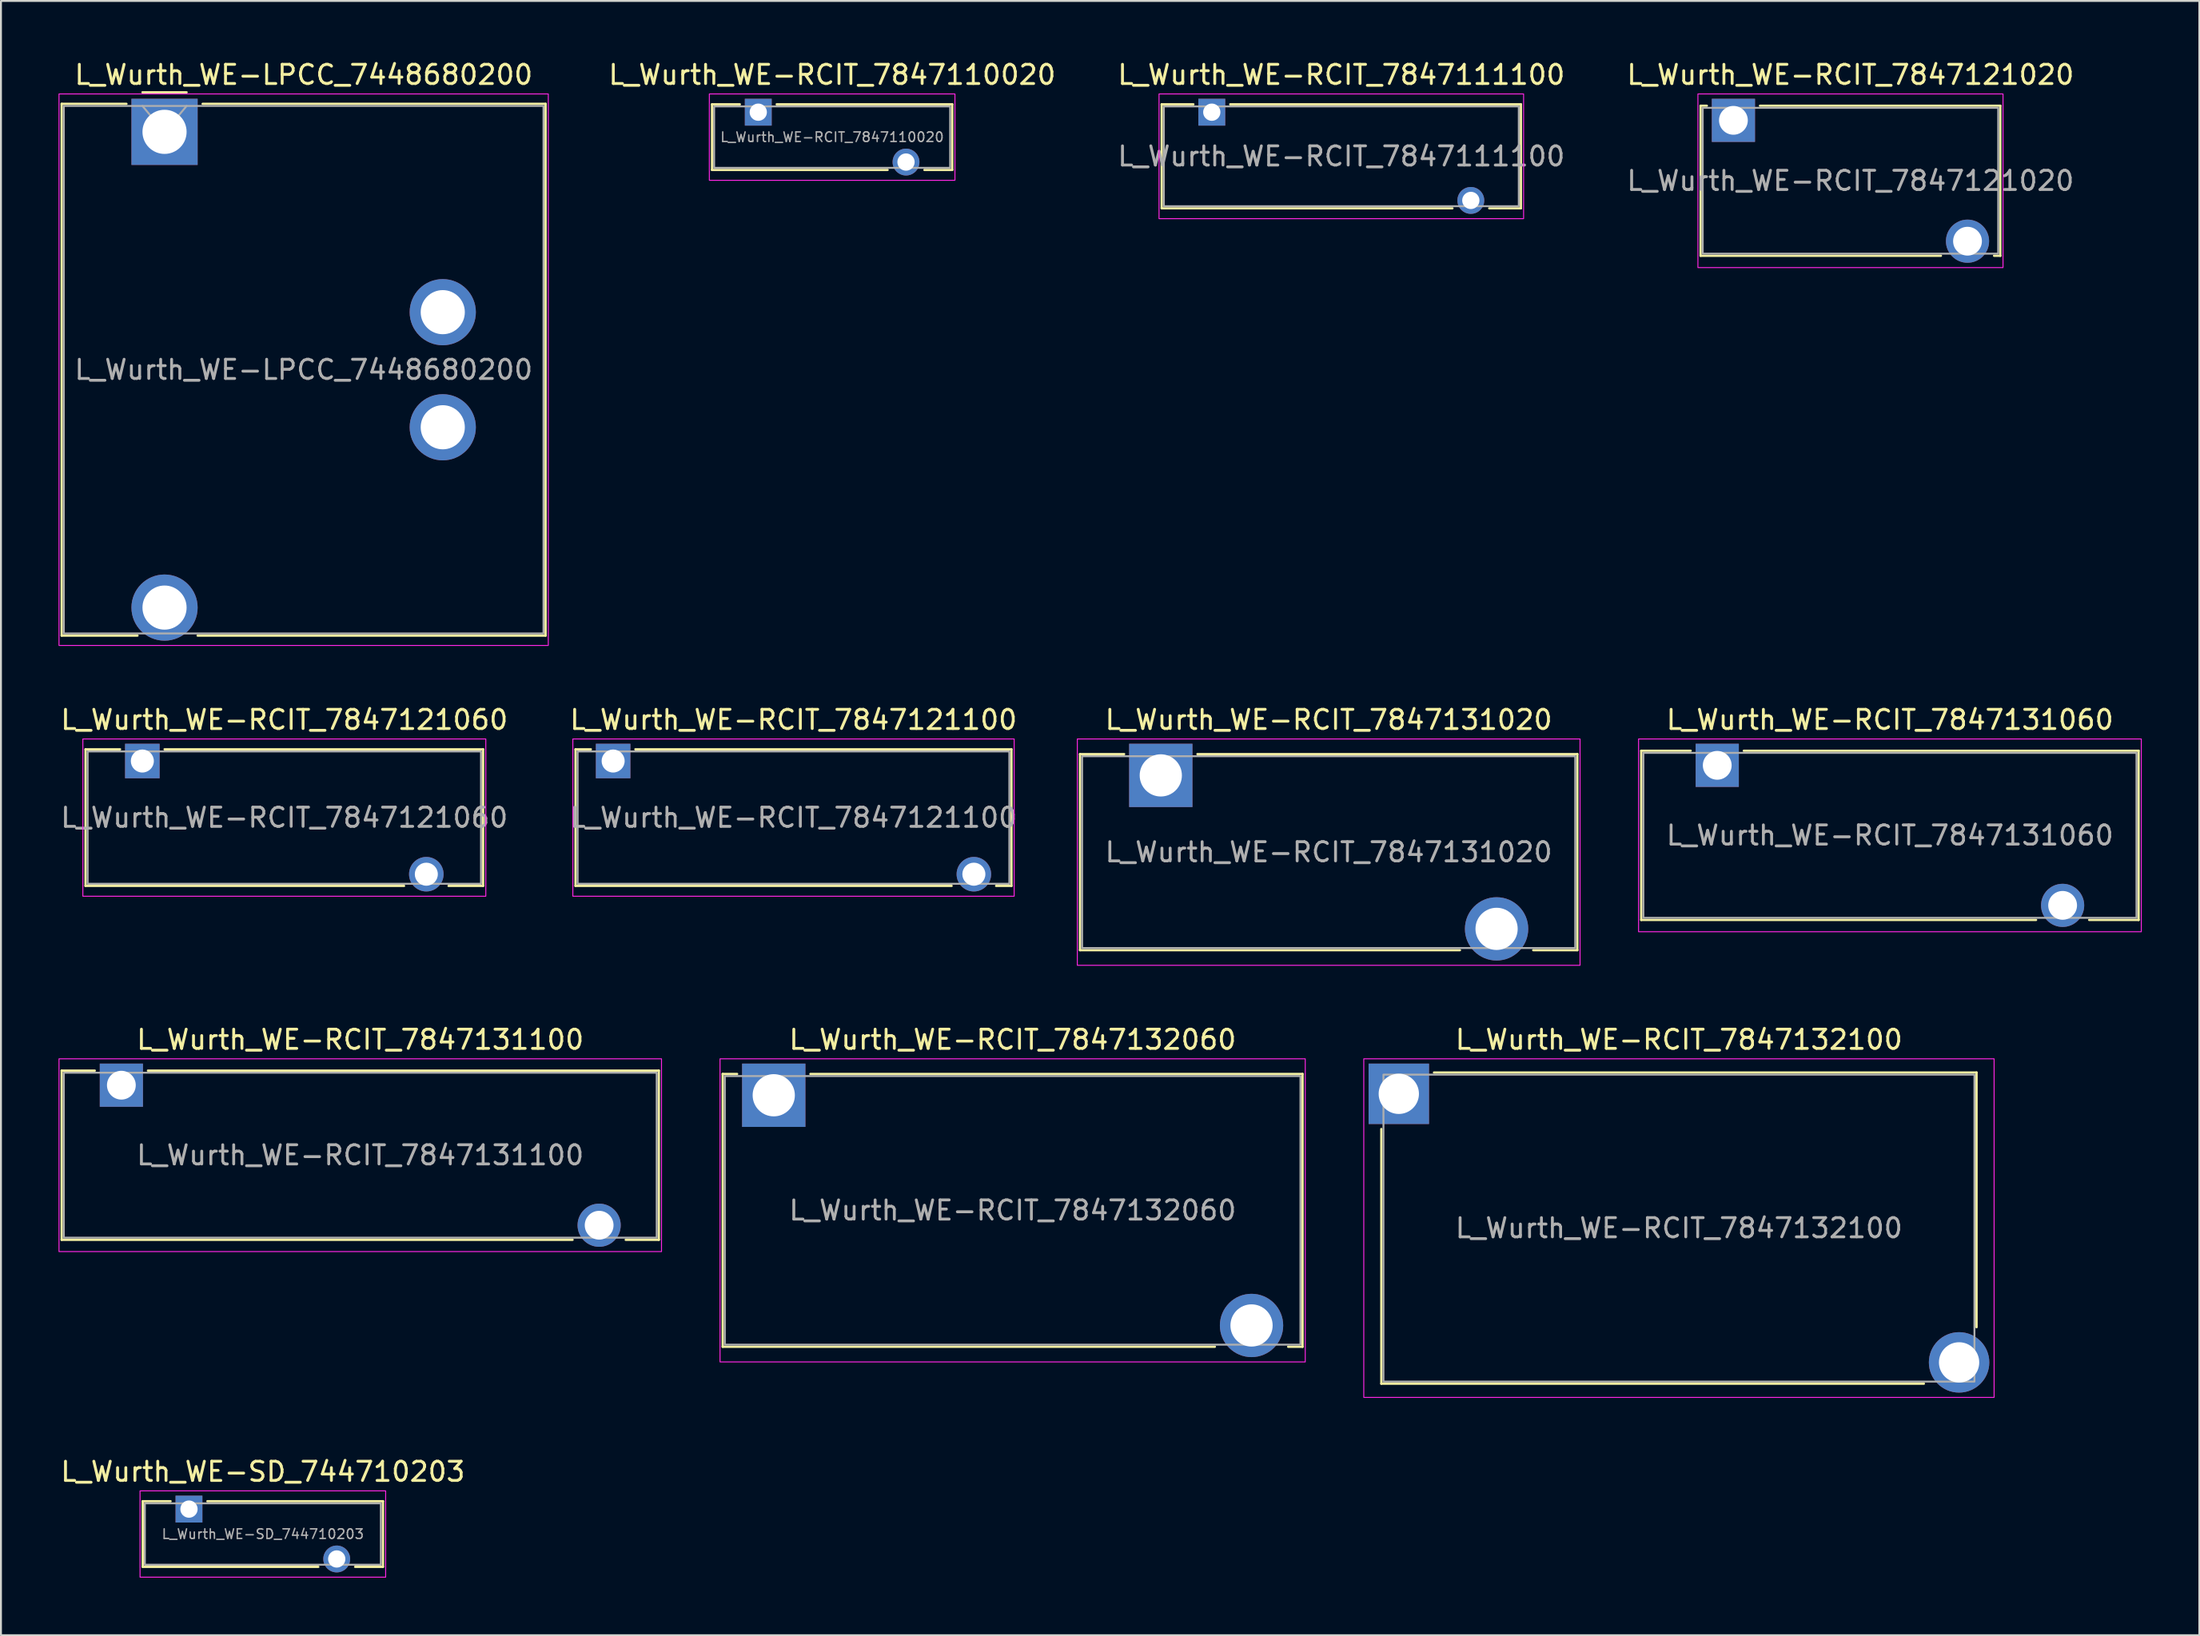
<source format=kicad_pcb>
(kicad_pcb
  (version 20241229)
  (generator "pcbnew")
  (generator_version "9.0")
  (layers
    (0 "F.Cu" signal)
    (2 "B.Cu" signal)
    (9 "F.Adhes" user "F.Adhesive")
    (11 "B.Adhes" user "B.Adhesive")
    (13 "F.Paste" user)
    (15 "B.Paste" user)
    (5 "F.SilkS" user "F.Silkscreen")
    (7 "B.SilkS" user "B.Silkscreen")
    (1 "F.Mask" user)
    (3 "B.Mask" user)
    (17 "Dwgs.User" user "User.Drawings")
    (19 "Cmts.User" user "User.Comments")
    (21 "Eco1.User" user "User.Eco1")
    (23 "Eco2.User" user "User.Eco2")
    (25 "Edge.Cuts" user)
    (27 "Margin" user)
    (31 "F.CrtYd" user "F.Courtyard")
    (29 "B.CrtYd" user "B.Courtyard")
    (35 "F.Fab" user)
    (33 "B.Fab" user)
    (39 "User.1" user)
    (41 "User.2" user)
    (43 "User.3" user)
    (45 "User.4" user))
  (footprint "L_Wurth_WE-SD_744710203"
    (layer "F.Cu")
    (at 6.799 75.618)
    (property "Reference" "L_Wurth_WE-SD_744710203" (at 3.85 -1.95 0) (unlocked yes) (layer "F.SilkS") (effects (font (size 1 1) (thickness 0.15))))
    (attr through_hole)
    (fp_line (start -2.41 -0.41) (end -2.41 3.01) (stroke (width 0.12) (type solid)) (layer "F.SilkS"))
    (fp_line (start -2.41 -0.41) (end -0.96 -0.41) (stroke (width 0.12) (type solid)) (layer "F.SilkS"))
    (fp_line (start -2.41 3.01) (end 6.74 3.01) (stroke (width 0.12) (type solid)) (layer "F.SilkS"))
    (fp_line (start 10.11 -0.41) (end 0.96 -0.41) (stroke (width 0.12) (type solid)) (layer "F.SilkS"))
    (fp_line (start 10.11 -0.41) (end 10.11 3.01) (stroke (width 0.12) (type solid)) (layer "F.SilkS"))
    (fp_line (start 10.11 3.01) (end 8.66 3.01) (stroke (width 0.12) (type solid)) (layer "F.SilkS"))
    (fp_rect (start -2.55 -0.95) (end 10.25 3.55) (stroke (width 0.05) (type solid)) (fill no) (layer "F.CrtYd"))
    (fp_rect (start -2.3 -0.3) (end 10 2.9) (stroke (width 0.1) (type solid)) (fill no) (layer "F.Fab"))
    (fp_text user "${REFERENCE}" (at 3.85 1.3 0) (unlocked yes) (layer "F.Fab") (effects (font (size 0.5 0.5) (thickness 0.075))))
    (pad "1" thru_hole rect (at 0 0) (size 1.4 1.4) (drill 0.9) (layers "*.Cu" "*.Mask"))
    (pad "2" thru_hole circle (at 7.7 2.6) (size 1.4 1.4) (drill 0.9) (layers "*.Cu" "*.Mask")))
  (footprint "L_Wurth_WE-RCIT_7847121100"
    (layer "F.Cu")
    (at 28.904 36.621)
    (property "Reference" "L_Wurth_WE-RCIT_7847121100" (at 9.4 -2.15 0) (unlocked yes) (layer "F.SilkS") (effects (font (size 1 1) (thickness 0.15))))
    (attr through_hole)
    (fp_line (start -1.96 -0.61) (end -1.96 6.51) (stroke (width 0.12) (type solid)) (layer "F.SilkS"))
    (fp_line (start -1.96 -0.61) (end -1.16 -0.61) (stroke (width 0.12) (type solid)) (layer "F.SilkS"))
    (fp_line (start -1.96 6.51) (end 17.64 6.51) (stroke (width 0.12) (type solid)) (layer "F.SilkS"))
    (fp_line (start 20.76 -0.61) (end 1.16 -0.61) (stroke (width 0.12) (type solid)) (layer "F.SilkS"))
    (fp_line (start 20.76 -0.61) (end 20.76 6.51) (stroke (width 0.12) (type solid)) (layer "F.SilkS"))
    (fp_line (start 20.76 6.51) (end 19.96 6.51) (stroke (width 0.12) (type solid)) (layer "F.SilkS"))
    (fp_rect (start -2.1 -1.15) (end 20.9 7.05) (stroke (width 0.05) (type solid)) (fill no) (layer "F.CrtYd"))
    (fp_rect (start -1.85 -0.5) (end 20.65 6.4) (stroke (width 0.1) (type solid)) (fill no) (layer "F.Fab"))
    (fp_text user "${REFERENCE}" (at 9.4 2.95 0) (unlocked yes) (layer "F.Fab") (effects (font (size 1 1) (thickness 0.15))))
    (pad "1" thru_hole rect (at 0 0) (size 1.8 1.8) (drill 1.2) (layers "*.Cu" "*.Mask"))
    (pad "2" thru_hole circle (at 18.8 5.9) (size 1.8 1.8) (drill 1.2) (layers "*.Cu" "*.Mask")))
  (footprint "L_Wurth_WE-RCIT_7847121060"
    (layer "F.Cu")
    (at 4.368 36.621)
    (property "Reference" "L_Wurth_WE-RCIT_7847121060" (at 7.4 -2.15 0) (unlocked yes) (layer "F.SilkS") (effects (font (size 1 1) (thickness 0.15))))
    (attr through_hole)
    (fp_line (start -2.96 -0.61) (end -2.96 6.51) (stroke (width 0.12) (type solid)) (layer "F.SilkS"))
    (fp_line (start -2.96 -0.61) (end -1.16 -0.61) (stroke (width 0.12) (type solid)) (layer "F.SilkS"))
    (fp_line (start -2.96 6.51) (end 13.64 6.51) (stroke (width 0.12) (type solid)) (layer "F.SilkS"))
    (fp_line (start 17.76 -0.61) (end 1.16 -0.61) (stroke (width 0.12) (type solid)) (layer "F.SilkS"))
    (fp_line (start 17.76 -0.61) (end 17.76 6.51) (stroke (width 0.12) (type solid)) (layer "F.SilkS"))
    (fp_line (start 17.76 6.51) (end 15.96 6.51) (stroke (width 0.12) (type solid)) (layer "F.SilkS"))
    (fp_rect (start -3.1 -1.15) (end 17.9 7.05) (stroke (width 0.05) (type solid)) (fill no) (layer "F.CrtYd"))
    (fp_rect (start -2.85 -0.5) (end 17.65 6.4) (stroke (width 0.1) (type solid)) (fill no) (layer "F.Fab"))
    (fp_text user "${REFERENCE}" (at 7.4 2.95 0) (unlocked yes) (layer "F.Fab") (effects (font (size 1 1) (thickness 0.15))))
    (pad "1" thru_hole rect (at 0 0) (size 1.8 1.8) (drill 1.2) (layers "*.Cu" "*.Mask"))
    (pad "2" thru_hole circle (at 14.8 5.9) (size 1.8 1.8) (drill 1.2) (layers "*.Cu" "*.Mask")))
  (footprint "L_Wurth_WE-RCIT_7847132100"
    (layer "F.Cu")
    (at 69.85 53.97)
    (property "Reference" "L_Wurth_WE-RCIT_7847132100" (at 14.6 -2.825 0) (unlocked yes) (layer "F.SilkS") (effects (font (size 1 1) (thickness 0.15))))
    (attr through_hole)
    (fp_line (start -0.91 1.835) (end -0.91 15.11) (stroke (width 0.12) (type solid)) (layer "F.SilkS"))
    (fp_line (start -0.91 15.11) (end 27.365 15.11) (stroke (width 0.12) (type solid)) (layer "F.SilkS"))
    (fp_line (start 30.11 -1.11) (end 1.835 -1.11) (stroke (width 0.12) (type solid)) (layer "F.SilkS"))
    (fp_line (start 30.11 -1.11) (end 30.11 12.165) (stroke (width 0.12) (type solid)) (layer "F.SilkS"))
    (fp_rect (start -1.825 -1.825) (end 31.025 15.825) (stroke (width 0.05) (type solid)) (fill no) (layer "F.CrtYd"))
    (fp_rect (start -0.8 -1) (end 30 15) (stroke (width 0.1) (type solid)) (fill no) (layer "F.Fab"))
    (fp_text user "${REFERENCE}" (at 14.6 7 0) (unlocked yes) (layer "F.Fab") (effects (font (size 1 1) (thickness 0.15))))
    (pad "1" thru_hole rect (at 0 0) (size 3.15 3.15) (drill 2.1) (layers "*.Cu" "*.Mask"))
    (pad "2" thru_hole circle (at 29.2 14) (size 3.15 3.15) (drill 2.1) (layers "*.Cu" "*.Mask")))
  (footprint "L_Wurth_WE-RCIT_7847131100"
    (layer "F.Cu")
    (at 3.275 53.52)
    (property "Reference" "L_Wurth_WE-RCIT_7847131100" (at 12.45 -2.375 0) (unlocked yes) (layer "F.SilkS") (effects (font (size 1 1) (thickness 0.15))))
    (attr through_hole)
    (fp_line (start -3.11 -0.76) (end -3.11 8.06) (stroke (width 0.12) (type solid)) (layer "F.SilkS"))
    (fp_line (start -3.11 -0.76) (end -1.385 -0.76) (stroke (width 0.12) (type solid)) (layer "F.SilkS"))
    (fp_line (start -3.11 8.06) (end 23.515 8.06) (stroke (width 0.12) (type solid)) (layer "F.SilkS"))
    (fp_line (start 28.01 -0.76) (end 1.385 -0.76) (stroke (width 0.12) (type solid)) (layer "F.SilkS"))
    (fp_line (start 28.01 -0.76) (end 28.01 8.06) (stroke (width 0.12) (type solid)) (layer "F.SilkS"))
    (fp_line (start 28.01 8.06) (end 26.285 8.06) (stroke (width 0.12) (type solid)) (layer "F.SilkS"))
    (fp_rect (start -3.25 -1.375) (end 28.15 8.675) (stroke (width 0.05) (type solid)) (fill no) (layer "F.CrtYd"))
    (fp_rect (start -3 -0.65) (end 27.9 7.95) (stroke (width 0.1) (type solid)) (fill no) (layer "F.Fab"))
    (fp_text user "${REFERENCE}" (at 12.45 3.65 0) (unlocked yes) (layer "F.Fab") (effects (font (size 1 1) (thickness 0.15))))
    (pad "1" thru_hole rect (at 0 0) (size 2.25 2.25) (drill 1.5) (layers "*.Cu" "*.Mask"))
    (pad "2" thru_hole circle (at 24.9 7.3) (size 2.25 2.25) (drill 1.5) (layers "*.Cu" "*.Mask")))
  (footprint "L_Wurth_WE-RCIT_7847131060"
    (layer "F.Cu")
    (at 86.446 36.846)
    (property "Reference" "L_Wurth_WE-RCIT_7847131060" (at 9 -2.375 0) (unlocked yes) (layer "F.SilkS") (effects (font (size 1 1) (thickness 0.15))))
    (attr through_hole)
    (fp_line (start -3.96 -0.76) (end -3.96 8.06) (stroke (width 0.12) (type solid)) (layer "F.SilkS"))
    (fp_line (start -3.96 -0.76) (end -1.385 -0.76) (stroke (width 0.12) (type solid)) (layer "F.SilkS"))
    (fp_line (start -3.96 8.06) (end 16.615 8.06) (stroke (width 0.12) (type solid)) (layer "F.SilkS"))
    (fp_line (start 21.96 -0.76) (end 1.385 -0.76) (stroke (width 0.12) (type solid)) (layer "F.SilkS"))
    (fp_line (start 21.96 -0.76) (end 21.96 8.06) (stroke (width 0.12) (type solid)) (layer "F.SilkS"))
    (fp_line (start 21.96 8.06) (end 19.385 8.06) (stroke (width 0.12) (type solid)) (layer "F.SilkS"))
    (fp_rect (start -4.1 -1.375) (end 22.1 8.675) (stroke (width 0.05) (type solid)) (fill no) (layer "F.CrtYd"))
    (fp_rect (start -3.85 -0.65) (end 21.85 7.95) (stroke (width 0.1) (type solid)) (fill no) (layer "F.Fab"))
    (fp_text user "${REFERENCE}" (at 9 3.65 0) (unlocked yes) (layer "F.Fab") (effects (font (size 1 1) (thickness 0.15))))
    (pad "1" thru_hole rect (at 0 0) (size 2.25 2.25) (drill 1.5) (layers "*.Cu" "*.Mask"))
    (pad "2" thru_hole circle (at 18 7.3) (size 2.25 2.25) (drill 1.5) (layers "*.Cu" "*.Mask")))
  (footprint "L_Wurth_WE-RCIT_7847110020"
    (layer "F.Cu")
    (at 36.468 2.798)
    (property "Reference" "L_Wurth_WE-RCIT_7847110020" (at 3.85 -1.95 0) (unlocked yes) (layer "F.SilkS") (effects (font (size 1 1) (thickness 0.15))))
    (attr through_hole)
    (fp_line (start -2.41 -0.41) (end -2.41 3.01) (stroke (width 0.12) (type solid)) (layer "F.SilkS"))
    (fp_line (start -2.41 -0.41) (end -0.96 -0.41) (stroke (width 0.12) (type solid)) (layer "F.SilkS"))
    (fp_line (start -2.41 3.01) (end 6.74 3.01) (stroke (width 0.12) (type solid)) (layer "F.SilkS"))
    (fp_line (start 10.11 -0.41) (end 0.96 -0.41) (stroke (width 0.12) (type solid)) (layer "F.SilkS"))
    (fp_line (start 10.11 -0.41) (end 10.11 3.01) (stroke (width 0.12) (type solid)) (layer "F.SilkS"))
    (fp_line (start 10.11 3.01) (end 8.66 3.01) (stroke (width 0.12) (type solid)) (layer "F.SilkS"))
    (fp_rect (start -2.55 -0.95) (end 10.25 3.55) (stroke (width 0.05) (type solid)) (fill no) (layer "F.CrtYd"))
    (fp_rect (start -2.3 -0.3) (end 10 2.9) (stroke (width 0.1) (type solid)) (fill no) (layer "F.Fab"))
    (fp_text user "${REFERENCE}" (at 3.85 1.3 0) (unlocked yes) (layer "F.Fab") (effects (font (size 0.5 0.5) (thickness 0.075))))
    (pad "1" thru_hole rect (at 0 0) (size 1.4 1.4) (drill 0.9) (layers "*.Cu" "*.Mask"))
    (pad "2" thru_hole circle (at 7.7 2.6) (size 1.4 1.4) (drill 0.9) (layers "*.Cu" "*.Mask")))
  (footprint "L_Wurth_WE-LPCC_7448680200"
    (layer "F.Cu")
    (at 5.525 3.853)
    (property "Reference" "L_Wurth_WE-LPCC_7448680200" (at 7.25 -3.005 0) (unlocked yes) (layer "F.SilkS") (effects (font (size 1 1) (thickness 0.15))))
    (attr smd)
    (fp_line (start -5.36 -1.49) (end -1.985 -1.49) (stroke (width 0.12) (type solid)) (layer "F.SilkS"))
    (fp_line (start -5.36 26.23) (end -5.36 -1.49) (stroke (width 0.12) (type solid)) (layer "F.SilkS"))
    (fp_line (start -5.36 26.23) (end -1.41 26.23) (stroke (width 0.12) (type solid)) (layer "F.SilkS"))
    (fp_line (start -1.15 -2.09) (end 1.15 -2.09) (stroke (width 0.12) (type solid)) (layer "F.SilkS"))
    (fp_line (start 19.86 -1.49) (end 1.985 -1.49) (stroke (width 0.12) (type solid)) (layer "F.SilkS"))
    (fp_line (start 19.86 -1.49) (end 19.86 26.23) (stroke (width 0.12) (type solid)) (layer "F.SilkS"))
    (fp_line (start 19.86 26.23) (end 1.725 26.23) (stroke (width 0.12) (type solid)) (layer "F.SilkS"))
    (fp_rect (start -5.5 -2.005) (end 20 26.745) (stroke (width 0.05) (type solid)) (fill no) (layer "F.CrtYd"))
    (fp_line (start -1.15 -1.38) (end 0 0) (stroke (width 0.1) (type solid)) (layer "F.Fab"))
    (fp_line (start 1.15 -1.38) (end 0 0) (stroke (width 0.1) (type solid)) (layer "F.Fab"))
    (fp_rect (start -5.25 -1.38) (end 19.75 26.12) (stroke (width 0.1) (type solid)) (fill no) (layer "F.Fab"))
    (fp_text user "${REFERENCE}" (at 7.25 12.37 0) (unlocked yes) (layer "F.Fab") (effects (font (size 1 1) (thickness 0.15))))
    (pad "1" thru_hole rect (at 0 -0.03) (size 3.45 3.45) (drill 2.3) (layers "*.Cu" "*.Mask"))
    (pad "2" thru_hole circle (at 14.5 9.37) (size 3.45 3.45) (drill 2.3) (layers "*.Cu" "*.Mask"))
    (pad "3" thru_hole circle (at 14.5 15.37) (size 3.45 3.45) (drill 2.3) (layers "*.Cu" "*.Mask"))
    (pad "4" thru_hole circle (at 0 24.77) (size 3.45 3.45) (drill 2.3) (layers "*.Cu" "*.Mask")))
  (footprint "L_Wurth_WE-RCIT_7847121020"
    (layer "F.Cu")
    (at 87.289 3.223)
    (property "Reference" "L_Wurth_WE-RCIT_7847121020" (at 6.1 -2.375 0) (unlocked yes) (layer "F.SilkS") (effects (font (size 1 1) (thickness 0.15))))
    (attr through_hole)
    (fp_line (start -1.71 -0.76) (end -1.71 7.06) (stroke (width 0.12) (type solid)) (layer "F.SilkS"))
    (fp_line (start -1.71 -0.76) (end -1.385 -0.76) (stroke (width 0.12) (type solid)) (layer "F.SilkS"))
    (fp_line (start -1.71 7.06) (end 10.815 7.06) (stroke (width 0.12) (type solid)) (layer "F.SilkS"))
    (fp_line (start 13.91 -0.76) (end 1.385 -0.76) (stroke (width 0.12) (type solid)) (layer "F.SilkS"))
    (fp_line (start 13.91 -0.76) (end 13.91 7.06) (stroke (width 0.12) (type solid)) (layer "F.SilkS"))
    (fp_line (start 13.91 7.06) (end 13.585 7.06) (stroke (width 0.12) (type solid)) (layer "F.SilkS"))
    (fp_rect (start -1.85 -1.375) (end 14.05 7.675) (stroke (width 0.05) (type solid)) (fill no) (layer "F.CrtYd"))
    (fp_rect (start -1.6 -0.65) (end 13.8 6.95) (stroke (width 0.1) (type solid)) (fill no) (layer "F.Fab"))
    (fp_text user "${REFERENCE}" (at 6.1 3.15 0) (unlocked yes) (layer "F.Fab") (effects (font (size 1 1) (thickness 0.15))))
    (pad "1" thru_hole rect (at 0 0) (size 2.25 2.25) (drill 1.5) (layers "*.Cu" "*.Mask"))
    (pad "2" thru_hole circle (at 12.2 6.3) (size 2.25 2.25) (drill 1.5) (layers "*.Cu" "*.Mask")))
  (footprint "L_Wurth_WE-RCIT_7847132060"
    (layer "F.Cu")
    (at 37.275 54.045)
    (property "Reference" "L_Wurth_WE-RCIT_7847132060" (at 12.45 -2.9 0) (unlocked yes) (layer "F.SilkS") (effects (font (size 1 1) (thickness 0.15))))
    (attr through_hole)
    (fp_line (start -2.66 -1.11) (end -2.66 13.11) (stroke (width 0.12) (type solid)) (layer "F.SilkS"))
    (fp_line (start -2.66 -1.11) (end -1.91 -1.11) (stroke (width 0.12) (type solid)) (layer "F.SilkS"))
    (fp_line (start -2.66 13.11) (end 22.99 13.11) (stroke (width 0.12) (type solid)) (layer "F.SilkS"))
    (fp_line (start 27.56 -1.11) (end 1.91 -1.11) (stroke (width 0.12) (type solid)) (layer "F.SilkS"))
    (fp_line (start 27.56 -1.11) (end 27.56 13.11) (stroke (width 0.12) (type solid)) (layer "F.SilkS"))
    (fp_line (start 27.56 13.11) (end 26.81 13.11) (stroke (width 0.12) (type solid)) (layer "F.SilkS"))
    (fp_rect (start -2.8 -1.9) (end 27.7 13.9) (stroke (width 0.05) (type solid)) (fill no) (layer "F.CrtYd"))
    (fp_rect (start -2.55 -1) (end 27.45 13) (stroke (width 0.1) (type solid)) (fill no) (layer "F.Fab"))
    (fp_text user "${REFERENCE}" (at 12.45 6 0) (unlocked yes) (layer "F.Fab") (effects (font (size 1 1) (thickness 0.15))))
    (pad "1" thru_hole rect (at 0 0) (size 3.3 3.3) (drill 2.2) (layers "*.Cu" "*.Mask"))
    (pad "2" thru_hole circle (at 24.9 12) (size 3.3 3.3) (drill 2.2) (layers "*.Cu" "*.Mask")))
  (footprint "L_Wurth_WE-RCIT_7847131020"
    (layer "F.Cu")
    (at 57.446 37.371)
    (property "Reference" "L_Wurth_WE-RCIT_7847131020" (at 8.75 -2.9 0) (unlocked yes) (layer "F.SilkS") (effects (font (size 1 1) (thickness 0.15))))
    (attr through_hole)
    (fp_line (start -4.21 -1.11) (end -4.21 9.11) (stroke (width 0.12) (type solid)) (layer "F.SilkS"))
    (fp_line (start -4.21 -1.11) (end -1.91 -1.11) (stroke (width 0.12) (type solid)) (layer "F.SilkS"))
    (fp_line (start -4.21 9.11) (end 15.59 9.11) (stroke (width 0.12) (type solid)) (layer "F.SilkS"))
    (fp_line (start 21.71 -1.11) (end 1.91 -1.11) (stroke (width 0.12) (type solid)) (layer "F.SilkS"))
    (fp_line (start 21.71 -1.11) (end 21.71 9.11) (stroke (width 0.12) (type solid)) (layer "F.SilkS"))
    (fp_line (start 21.71 9.11) (end 19.41 9.11) (stroke (width 0.12) (type solid)) (layer "F.SilkS"))
    (fp_rect (start -4.35 -1.9) (end 21.85 9.9) (stroke (width 0.05) (type solid)) (fill no) (layer "F.CrtYd"))
    (fp_rect (start -4.1 -1) (end 21.6 9) (stroke (width 0.1) (type solid)) (fill no) (layer "F.Fab"))
    (fp_text user "${REFERENCE}" (at 8.75 4 0) (unlocked yes) (layer "F.Fab") (effects (font (size 1 1) (thickness 0.15))))
    (pad "1" thru_hole rect (at 0 0) (size 3.3 3.3) (drill 2.2) (layers "*.Cu" "*.Mask"))
    (pad "2" thru_hole circle (at 17.5 8) (size 3.3 3.3) (drill 2.2) (layers "*.Cu" "*.Mask")))
  (footprint "L_Wurth_WE-RCIT_7847111100"
    (layer "F.Cu")
    (at 60.104 2.798)
    (property "Reference" "L_Wurth_WE-RCIT_7847111100" (at 6.75 -1.95 0) (unlocked yes) (layer "F.SilkS") (effects (font (size 1 1) (thickness 0.15))))
    (attr through_hole)
    (fp_line (start -2.61 -0.41) (end -2.61 5.01) (stroke (width 0.12) (type solid)) (layer "F.SilkS"))
    (fp_line (start -2.61 -0.41) (end -0.96 -0.41) (stroke (width 0.12) (type solid)) (layer "F.SilkS"))
    (fp_line (start -2.61 5.01) (end 12.54 5.01) (stroke (width 0.12) (type solid)) (layer "F.SilkS"))
    (fp_line (start 16.11 -0.41) (end 0.96 -0.41) (stroke (width 0.12) (type solid)) (layer "F.SilkS"))
    (fp_line (start 16.11 -0.41) (end 16.11 5.01) (stroke (width 0.12) (type solid)) (layer "F.SilkS"))
    (fp_line (start 16.11 5.01) (end 14.46 5.01) (stroke (width 0.12) (type solid)) (layer "F.SilkS"))
    (fp_rect (start -2.75 -0.95) (end 16.25 5.55) (stroke (width 0.05) (type solid)) (fill no) (layer "F.CrtYd"))
    (fp_rect (start -2.5 -0.3) (end 16 4.9) (stroke (width 0.1) (type solid)) (fill no) (layer "F.Fab"))
    (fp_text user "${REFERENCE}" (at 6.75 2.3 0) (unlocked yes) (layer "F.Fab") (effects (font (size 1 1) (thickness 0.15))))
    (pad "1" thru_hole rect (at 0 0) (size 1.4 1.4) (drill 0.9) (layers "*.Cu" "*.Mask"))
    (pad "2" thru_hole circle (at 13.5 4.6) (size 1.4 1.4) (drill 0.9) (layers "*.Cu" "*.Mask")))
  (gr_rect
    (start -3 -3)
    (end 111.571 82.193)
    (stroke (width 0.1) (type default))
    (fill no)
    (layer "Edge.Cuts")))
</source>
